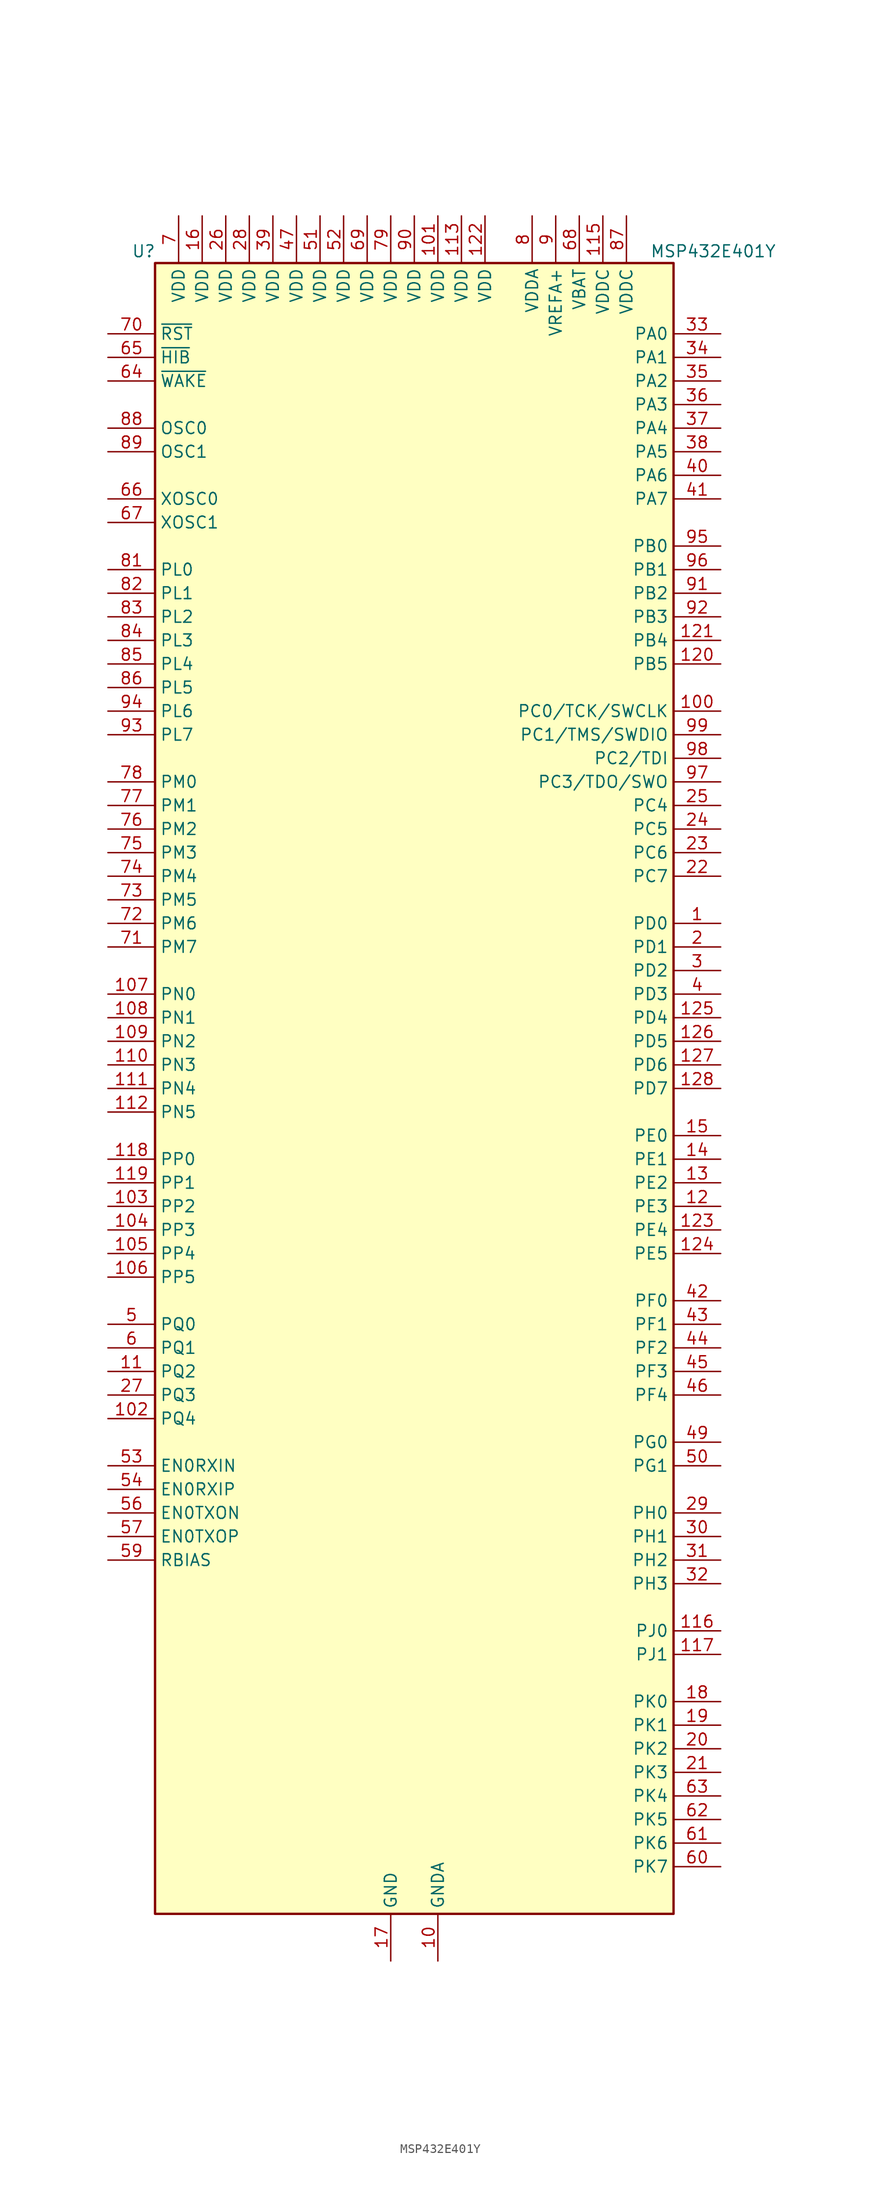
<source format=kicad_sym>
(kicad_symbol_lib
  (version 20241209)
  (generator "kicad_symbol_editor")
  (generator_version "9.0")
  (symbol "MSP432E401Y"
    (property "Reference" "U"
      (at -30.48 90.17 0)
      (effects (font (size 1.27 1.27)) (justify left)))
    (property "Value" "MSP432E401Y"
      (at 25.4 90.17 0)
      (effects (font (size 1.27 1.27)) (justify left)))
    (symbol "MSP432E401Y_1_1"
      (rectangle (start -27.94 -88.9) (end 27.94 88.9) (stroke (width 0.254) (type default)) (fill (type background)))
      (pin input line (at -33.02 81.28 0) (length 5.08) (name "~{RST}" (effects (font (size 1.27 1.27)))) (number "70" (effects (font (size 1.27 1.27)))))
      (pin output line (at -33.02 78.74 0) (length 5.08) (name "~{HIB}" (effects (font (size 1.27 1.27)))) (number "65" (effects (font (size 1.27 1.27)))))
      (pin input line (at -33.02 76.2 0) (length 5.08) (name "~{WAKE}" (effects (font (size 1.27 1.27)))) (number "64" (effects (font (size 1.27 1.27)))))
      (pin input line (at -33.02 71.12 0) (length 5.08) (name "OSC0" (effects (font (size 1.27 1.27)))) (number "88" (effects (font (size 1.27 1.27)))))
      (pin output line (at -33.02 68.58 0) (length 5.08) (name "OSC1" (effects (font (size 1.27 1.27)))) (number "89" (effects (font (size 1.27 1.27)))))
      (pin input line (at -33.02 63.5 0) (length 5.08) (name "XOSC0" (effects (font (size 1.27 1.27)))) (number "66" (effects (font (size 1.27 1.27)))))
      (pin output line (at -33.02 60.96 0) (length 5.08) (name "XOSC1" (effects (font (size 1.27 1.27)))) (number "67" (effects (font (size 1.27 1.27)))))
      (pin bidirectional line (at -33.02 55.88 0) (length 5.08) (name "PL0" (effects (font (size 1.27 1.27)))) (number "81" (effects (font (size 1.27 1.27)))))
      (pin bidirectional line (at -33.02 53.34 0) (length 5.08) (name "PL1" (effects (font (size 1.27 1.27)))) (number "82" (effects (font (size 1.27 1.27)))))
      (pin bidirectional line (at -33.02 50.8 0) (length 5.08) (name "PL2" (effects (font (size 1.27 1.27)))) (number "83" (effects (font (size 1.27 1.27)))))
      (pin bidirectional line (at -33.02 48.26 0) (length 5.08) (name "PL3" (effects (font (size 1.27 1.27)))) (number "84" (effects (font (size 1.27 1.27)))))
      (pin bidirectional line (at -33.02 45.72 0) (length 5.08) (name "PL4" (effects (font (size 1.27 1.27)))) (number "85" (effects (font (size 1.27 1.27)))))
      (pin bidirectional line (at -33.02 43.18 0) (length 5.08) (name "PL5" (effects (font (size 1.27 1.27)))) (number "86" (effects (font (size 1.27 1.27)))))
      (pin bidirectional line (at -33.02 40.64 0) (length 5.08) (name "PL6" (effects (font (size 1.27 1.27)))) (number "94" (effects (font (size 1.27 1.27)))))
      (pin bidirectional line (at -33.02 38.1 0) (length 5.08) (name "PL7" (effects (font (size 1.27 1.27)))) (number "93" (effects (font (size 1.27 1.27)))))
      (pin bidirectional line (at -33.02 33.02 0) (length 5.08) (name "PM0" (effects (font (size 1.27 1.27)))) (number "78" (effects (font (size 1.27 1.27)))))
      (pin bidirectional line (at -33.02 30.48 0) (length 5.08) (name "PM1" (effects (font (size 1.27 1.27)))) (number "77" (effects (font (size 1.27 1.27)))))
      (pin bidirectional line (at -33.02 27.94 0) (length 5.08) (name "PM2" (effects (font (size 1.27 1.27)))) (number "76" (effects (font (size 1.27 1.27)))))
      (pin bidirectional line (at -33.02 25.4 0) (length 5.08) (name "PM3" (effects (font (size 1.27 1.27)))) (number "75" (effects (font (size 1.27 1.27)))))
      (pin bidirectional line (at -33.02 22.86 0) (length 5.08) (name "PM4" (effects (font (size 1.27 1.27)))) (number "74" (effects (font (size 1.27 1.27)))))
      (pin bidirectional line (at -33.02 20.32 0) (length 5.08) (name "PM5" (effects (font (size 1.27 1.27)))) (number "73" (effects (font (size 1.27 1.27)))))
      (pin bidirectional line (at -33.02 17.78 0) (length 5.08) (name "PM6" (effects (font (size 1.27 1.27)))) (number "72" (effects (font (size 1.27 1.27)))))
      (pin bidirectional line (at -33.02 15.24 0) (length 5.08) (name "PM7" (effects (font (size 1.27 1.27)))) (number "71" (effects (font (size 1.27 1.27)))))
      (pin bidirectional line (at -33.02 10.16 0) (length 5.08) (name "PN0" (effects (font (size 1.27 1.27)))) (number "107" (effects (font (size 1.27 1.27)))))
      (pin bidirectional line (at -33.02 7.62 0) (length 5.08) (name "PN1" (effects (font (size 1.27 1.27)))) (number "108" (effects (font (size 1.27 1.27)))))
      (pin bidirectional line (at -33.02 5.08 0) (length 5.08) (name "PN2" (effects (font (size 1.27 1.27)))) (number "109" (effects (font (size 1.27 1.27)))))
      (pin bidirectional line (at -33.02 2.54 0) (length 5.08) (name "PN3" (effects (font (size 1.27 1.27)))) (number "110" (effects (font (size 1.27 1.27)))))
      (pin bidirectional line (at -33.02 0 0) (length 5.08) (name "PN4" (effects (font (size 1.27 1.27)))) (number "111" (effects (font (size 1.27 1.27)))))
      (pin bidirectional line (at -33.02 -2.54 0) (length 5.08) (name "PN5" (effects (font (size 1.27 1.27)))) (number "112" (effects (font (size 1.27 1.27)))))
      (pin bidirectional line (at -33.02 -7.62 0) (length 5.08) (name "PP0" (effects (font (size 1.27 1.27)))) (number "118" (effects (font (size 1.27 1.27)))))
      (pin bidirectional line (at -33.02 -10.16 0) (length 5.08) (name "PP1" (effects (font (size 1.27 1.27)))) (number "119" (effects (font (size 1.27 1.27)))))
      (pin bidirectional line (at -33.02 -12.7 0) (length 5.08) (name "PP2" (effects (font (size 1.27 1.27)))) (number "103" (effects (font (size 1.27 1.27)))))
      (pin bidirectional line (at -33.02 -15.24 0) (length 5.08) (name "PP3" (effects (font (size 1.27 1.27)))) (number "104" (effects (font (size 1.27 1.27)))))
      (pin bidirectional line (at -33.02 -17.78 0) (length 5.08) (name "PP4" (effects (font (size 1.27 1.27)))) (number "105" (effects (font (size 1.27 1.27)))))
      (pin bidirectional line (at -33.02 -20.32 0) (length 5.08) (name "PP5" (effects (font (size 1.27 1.27)))) (number "106" (effects (font (size 1.27 1.27)))))
      (pin bidirectional line (at -33.02 -25.4 0) (length 5.08) (name "PQ0" (effects (font (size 1.27 1.27)))) (number "5" (effects (font (size 1.27 1.27)))))
      (pin bidirectional line (at -33.02 -27.94 0) (length 5.08) (name "PQ1" (effects (font (size 1.27 1.27)))) (number "6" (effects (font (size 1.27 1.27)))))
      (pin bidirectional line (at -33.02 -30.48 0) (length 5.08) (name "PQ2" (effects (font (size 1.27 1.27)))) (number "11" (effects (font (size 1.27 1.27)))))
      (pin bidirectional line (at -33.02 -33.02 0) (length 5.08) (name "PQ3" (effects (font (size 1.27 1.27)))) (number "27" (effects (font (size 1.27 1.27)))))
      (pin bidirectional line (at -33.02 -35.56 0) (length 5.08) (name "PQ4" (effects (font (size 1.27 1.27)))) (number "102" (effects (font (size 1.27 1.27)))))
      (pin bidirectional line (at -33.02 -40.64 0) (length 5.08) (name "EN0RXIN" (effects (font (size 1.27 1.27)))) (number "53" (effects (font (size 1.27 1.27)))))
      (pin bidirectional line (at -33.02 -43.18 0) (length 5.08) (name "EN0RXIP" (effects (font (size 1.27 1.27)))) (number "54" (effects (font (size 1.27 1.27)))))
      (pin bidirectional line (at -33.02 -45.72 0) (length 5.08) (name "EN0TXON" (effects (font (size 1.27 1.27)))) (number "56" (effects (font (size 1.27 1.27)))))
      (pin bidirectional line (at -33.02 -48.26 0) (length 5.08) (name "EN0TXOP" (effects (font (size 1.27 1.27)))) (number "57" (effects (font (size 1.27 1.27)))))
      (pin passive line (at -33.02 -50.8 0) (length 5.08) (name "RBIAS" (effects (font (size 1.27 1.27)))) (number "59" (effects (font (size 1.27 1.27)))))
      (pin power_in line (at -25.4 93.98 270) (length 5.08) (name "VDD" (effects (font (size 1.27 1.27)))) (number "7" (effects (font (size 1.27 1.27)))))
      (pin power_in line (at -22.86 93.98 270) (length 5.08) (name "VDD" (effects (font (size 1.27 1.27)))) (number "16" (effects (font (size 1.27 1.27)))))
      (pin power_in line (at -20.32 93.98 270) (length 5.08) (name "VDD" (effects (font (size 1.27 1.27)))) (number "26" (effects (font (size 1.27 1.27)))))
      (pin power_in line (at -17.78 93.98 270) (length 5.08) (name "VDD" (effects (font (size 1.27 1.27)))) (number "28" (effects (font (size 1.27 1.27)))))
      (pin power_in line (at -15.24 93.98 270) (length 5.08) (name "VDD" (effects (font (size 1.27 1.27)))) (number "39" (effects (font (size 1.27 1.27)))))
      (pin power_in line (at -12.7 93.98 270) (length 5.08) (name "VDD" (effects (font (size 1.27 1.27)))) (number "47" (effects (font (size 1.27 1.27)))))
      (pin power_in line (at -10.16 93.98 270) (length 5.08) (name "VDD" (effects (font (size 1.27 1.27)))) (number "51" (effects (font (size 1.27 1.27)))))
      (pin power_in line (at -7.62 93.98 270) (length 5.08) (name "VDD" (effects (font (size 1.27 1.27)))) (number "52" (effects (font (size 1.27 1.27)))))
      (pin power_in line (at -5.08 93.98 270) (length 5.08) (name "VDD" (effects (font (size 1.27 1.27)))) (number "69" (effects (font (size 1.27 1.27)))))
      (pin power_in line (at -2.54 93.98 270) (length 5.08) (name "VDD" (effects (font (size 1.27 1.27)))) (number "79" (effects (font (size 1.27 1.27)))))
      (pin passive line (at -2.54 -93.98 90) (length 5.08) (hide yes) (name "GND" (effects (font (size 1.27 1.27)))) (number "114" (effects (font (size 1.27 1.27)))))
      (pin power_in line (at -2.54 -93.98 90) (length 5.08) (name "GND" (effects (font (size 1.27 1.27)))) (number "17" (effects (font (size 1.27 1.27)))))
      (pin passive line (at -2.54 -93.98 90) (length 5.08) (hide yes) (name "GND" (effects (font (size 1.27 1.27)))) (number "48" (effects (font (size 1.27 1.27)))))
      (pin passive line (at -2.54 -93.98 90) (length 5.08) (hide yes) (name "GND" (effects (font (size 1.27 1.27)))) (number "55" (effects (font (size 1.27 1.27)))))
      (pin passive line (at -2.54 -93.98 90) (length 5.08) (hide yes) (name "GND" (effects (font (size 1.27 1.27)))) (number "58" (effects (font (size 1.27 1.27)))))
      (pin passive line (at -2.54 -93.98 90) (length 5.08) (hide yes) (name "GND" (effects (font (size 1.27 1.27)))) (number "80" (effects (font (size 1.27 1.27)))))
      (pin power_in line (at 0 93.98 270) (length 5.08) (name "VDD" (effects (font (size 1.27 1.27)))) (number "90" (effects (font (size 1.27 1.27)))))
      (pin power_in line (at 2.54 93.98 270) (length 5.08) (name "VDD" (effects (font (size 1.27 1.27)))) (number "101" (effects (font (size 1.27 1.27)))))
      (pin power_in line (at 2.54 -93.98 90) (length 5.08) (name "GNDA" (effects (font (size 1.27 1.27)))) (number "10" (effects (font (size 1.27 1.27)))))
      (pin power_in line (at 5.08 93.98 270) (length 5.08) (name "VDD" (effects (font (size 1.27 1.27)))) (number "113" (effects (font (size 1.27 1.27)))))
      (pin power_in line (at 7.62 93.98 270) (length 5.08) (name "VDD" (effects (font (size 1.27 1.27)))) (number "122" (effects (font (size 1.27 1.27)))))
      (pin power_in line (at 12.7 93.98 270) (length 5.08) (name "VDDA" (effects (font (size 1.27 1.27)))) (number "8" (effects (font (size 1.27 1.27)))))
      (pin power_in line (at 15.24 93.98 270) (length 5.08) (name "VREFA+" (effects (font (size 1.27 1.27)))) (number "9" (effects (font (size 1.27 1.27)))))
      (pin power_in line (at 17.78 93.98 270) (length 5.08) (name "VBAT" (effects (font (size 1.27 1.27)))) (number "68" (effects (font (size 1.27 1.27)))))
      (pin power_in line (at 20.32 93.98 270) (length 5.08) (name "VDDC" (effects (font (size 1.27 1.27)))) (number "115" (effects (font (size 1.27 1.27)))))
      (pin power_in line (at 22.86 93.98 270) (length 5.08) (name "VDDC" (effects (font (size 1.27 1.27)))) (number "87" (effects (font (size 1.27 1.27)))))
      (pin bidirectional line (at 33.02 81.28 180) (length 5.08) (name "PA0" (effects (font (size 1.27 1.27)))) (number "33" (effects (font (size 1.27 1.27)))))
      (pin bidirectional line (at 33.02 78.74 180) (length 5.08) (name "PA1" (effects (font (size 1.27 1.27)))) (number "34" (effects (font (size 1.27 1.27)))))
      (pin bidirectional line (at 33.02 76.2 180) (length 5.08) (name "PA2" (effects (font (size 1.27 1.27)))) (number "35" (effects (font (size 1.27 1.27)))))
      (pin bidirectional line (at 33.02 73.66 180) (length 5.08) (name "PA3" (effects (font (size 1.27 1.27)))) (number "36" (effects (font (size 1.27 1.27)))))
      (pin bidirectional line (at 33.02 71.12 180) (length 5.08) (name "PA4" (effects (font (size 1.27 1.27)))) (number "37" (effects (font (size 1.27 1.27)))))
      (pin bidirectional line (at 33.02 68.58 180) (length 5.08) (name "PA5" (effects (font (size 1.27 1.27)))) (number "38" (effects (font (size 1.27 1.27)))))
      (pin bidirectional line (at 33.02 66.04 180) (length 5.08) (name "PA6" (effects (font (size 1.27 1.27)))) (number "40" (effects (font (size 1.27 1.27)))))
      (pin bidirectional line (at 33.02 63.5 180) (length 5.08) (name "PA7" (effects (font (size 1.27 1.27)))) (number "41" (effects (font (size 1.27 1.27)))))
      (pin bidirectional line (at 33.02 58.42 180) (length 5.08) (name "PB0" (effects (font (size 1.27 1.27)))) (number "95" (effects (font (size 1.27 1.27)))))
      (pin bidirectional line (at 33.02 55.88 180) (length 5.08) (name "PB1" (effects (font (size 1.27 1.27)))) (number "96" (effects (font (size 1.27 1.27)))))
      (pin bidirectional line (at 33.02 53.34 180) (length 5.08) (name "PB2" (effects (font (size 1.27 1.27)))) (number "91" (effects (font (size 1.27 1.27)))))
      (pin bidirectional line (at 33.02 50.8 180) (length 5.08) (name "PB3" (effects (font (size 1.27 1.27)))) (number "92" (effects (font (size 1.27 1.27)))))
      (pin bidirectional line (at 33.02 48.26 180) (length 5.08) (name "PB4" (effects (font (size 1.27 1.27)))) (number "121" (effects (font (size 1.27 1.27)))))
      (pin bidirectional line (at 33.02 45.72 180) (length 5.08) (name "PB5" (effects (font (size 1.27 1.27)))) (number "120" (effects (font (size 1.27 1.27)))))
      (pin bidirectional line (at 33.02 40.64 180) (length 5.08) (name "PC0/TCK/SWCLK" (effects (font (size 1.27 1.27)))) (number "100" (effects (font (size 1.27 1.27)))))
      (pin bidirectional line (at 33.02 38.1 180) (length 5.08) (name "PC1/TMS/SWDIO" (effects (font (size 1.27 1.27)))) (number "99" (effects (font (size 1.27 1.27)))))
      (pin bidirectional line (at 33.02 35.56 180) (length 5.08) (name "PC2/TDI" (effects (font (size 1.27 1.27)))) (number "98" (effects (font (size 1.27 1.27)))))
      (pin bidirectional line (at 33.02 33.02 180) (length 5.08) (name "PC3/TDO/SWO" (effects (font (size 1.27 1.27)))) (number "97" (effects (font (size 1.27 1.27)))))
      (pin bidirectional line (at 33.02 30.48 180) (length 5.08) (name "PC4" (effects (font (size 1.27 1.27)))) (number "25" (effects (font (size 1.27 1.27)))))
      (pin bidirectional line (at 33.02 27.94 180) (length 5.08) (name "PC5" (effects (font (size 1.27 1.27)))) (number "24" (effects (font (size 1.27 1.27)))))
      (pin bidirectional line (at 33.02 25.4 180) (length 5.08) (name "PC6" (effects (font (size 1.27 1.27)))) (number "23" (effects (font (size 1.27 1.27)))))
      (pin bidirectional line (at 33.02 22.86 180) (length 5.08) (name "PC7" (effects (font (size 1.27 1.27)))) (number "22" (effects (font (size 1.27 1.27)))))
      (pin bidirectional line (at 33.02 17.78 180) (length 5.08) (name "PD0" (effects (font (size 1.27 1.27)))) (number "1" (effects (font (size 1.27 1.27)))))
      (pin bidirectional line (at 33.02 15.24 180) (length 5.08) (name "PD1" (effects (font (size 1.27 1.27)))) (number "2" (effects (font (size 1.27 1.27)))))
      (pin bidirectional line (at 33.02 12.7 180) (length 5.08) (name "PD2" (effects (font (size 1.27 1.27)))) (number "3" (effects (font (size 1.27 1.27)))))
      (pin bidirectional line (at 33.02 10.16 180) (length 5.08) (name "PD3" (effects (font (size 1.27 1.27)))) (number "4" (effects (font (size 1.27 1.27)))))
      (pin bidirectional line (at 33.02 7.62 180) (length 5.08) (name "PD4" (effects (font (size 1.27 1.27)))) (number "125" (effects (font (size 1.27 1.27)))))
      (pin bidirectional line (at 33.02 5.08 180) (length 5.08) (name "PD5" (effects (font (size 1.27 1.27)))) (number "126" (effects (font (size 1.27 1.27)))))
      (pin bidirectional line (at 33.02 2.54 180) (length 5.08) (name "PD6" (effects (font (size 1.27 1.27)))) (number "127" (effects (font (size 1.27 1.27)))))
      (pin bidirectional line (at 33.02 0 180) (length 5.08) (name "PD7" (effects (font (size 1.27 1.27)))) (number "128" (effects (font (size 1.27 1.27)))))
      (pin bidirectional line (at 33.02 -5.08 180) (length 5.08) (name "PE0" (effects (font (size 1.27 1.27)))) (number "15" (effects (font (size 1.27 1.27)))))
      (pin bidirectional line (at 33.02 -7.62 180) (length 5.08) (name "PE1" (effects (font (size 1.27 1.27)))) (number "14" (effects (font (size 1.27 1.27)))))
      (pin bidirectional line (at 33.02 -10.16 180) (length 5.08) (name "PE2" (effects (font (size 1.27 1.27)))) (number "13" (effects (font (size 1.27 1.27)))))
      (pin bidirectional line (at 33.02 -12.7 180) (length 5.08) (name "PE3" (effects (font (size 1.27 1.27)))) (number "12" (effects (font (size 1.27 1.27)))))
      (pin bidirectional line (at 33.02 -15.24 180) (length 5.08) (name "PE4" (effects (font (size 1.27 1.27)))) (number "123" (effects (font (size 1.27 1.27)))))
      (pin bidirectional line (at 33.02 -17.78 180) (length 5.08) (name "PE5" (effects (font (size 1.27 1.27)))) (number "124" (effects (font (size 1.27 1.27)))))
      (pin bidirectional line (at 33.02 -22.86 180) (length 5.08) (name "PF0" (effects (font (size 1.27 1.27)))) (number "42" (effects (font (size 1.27 1.27)))))
      (pin bidirectional line (at 33.02 -25.4 180) (length 5.08) (name "PF1" (effects (font (size 1.27 1.27)))) (number "43" (effects (font (size 1.27 1.27)))))
      (pin bidirectional line (at 33.02 -27.94 180) (length 5.08) (name "PF2" (effects (font (size 1.27 1.27)))) (number "44" (effects (font (size 1.27 1.27)))))
      (pin bidirectional line (at 33.02 -30.48 180) (length 5.08) (name "PF3" (effects (font (size 1.27 1.27)))) (number "45" (effects (font (size 1.27 1.27)))))
      (pin bidirectional line (at 33.02 -33.02 180) (length 5.08) (name "PF4" (effects (font (size 1.27 1.27)))) (number "46" (effects (font (size 1.27 1.27)))))
      (pin bidirectional line (at 33.02 -38.1 180) (length 5.08) (name "PG0" (effects (font (size 1.27 1.27)))) (number "49" (effects (font (size 1.27 1.27)))))
      (pin bidirectional line (at 33.02 -40.64 180) (length 5.08) (name "PG1" (effects (font (size 1.27 1.27)))) (number "50" (effects (font (size 1.27 1.27)))))
      (pin bidirectional line (at 33.02 -45.72 180) (length 5.08) (name "PH0" (effects (font (size 1.27 1.27)))) (number "29" (effects (font (size 1.27 1.27)))))
      (pin bidirectional line (at 33.02 -48.26 180) (length 5.08) (name "PH1" (effects (font (size 1.27 1.27)))) (number "30" (effects (font (size 1.27 1.27)))))
      (pin bidirectional line (at 33.02 -50.8 180) (length 5.08) (name "PH2" (effects (font (size 1.27 1.27)))) (number "31" (effects (font (size 1.27 1.27)))))
      (pin bidirectional line (at 33.02 -53.34 180) (length 5.08) (name "PH3" (effects (font (size 1.27 1.27)))) (number "32" (effects (font (size 1.27 1.27)))))
      (pin bidirectional line (at 33.02 -58.42 180) (length 5.08) (name "PJ0" (effects (font (size 1.27 1.27)))) (number "116" (effects (font (size 1.27 1.27)))))
      (pin bidirectional line (at 33.02 -60.96 180) (length 5.08) (name "PJ1" (effects (font (size 1.27 1.27)))) (number "117" (effects (font (size 1.27 1.27)))))
      (pin bidirectional line (at 33.02 -66.04 180) (length 5.08) (name "PK0" (effects (font (size 1.27 1.27)))) (number "18" (effects (font (size 1.27 1.27)))))
      (pin bidirectional line (at 33.02 -68.58 180) (length 5.08) (name "PK1" (effects (font (size 1.27 1.27)))) (number "19" (effects (font (size 1.27 1.27)))))
      (pin bidirectional line (at 33.02 -71.12 180) (length 5.08) (name "PK2" (effects (font (size 1.27 1.27)))) (number "20" (effects (font (size 1.27 1.27)))))
      (pin bidirectional line (at 33.02 -73.66 180) (length 5.08) (name "PK3" (effects (font (size 1.27 1.27)))) (number "21" (effects (font (size 1.27 1.27)))))
      (pin bidirectional line (at 33.02 -76.2 180) (length 5.08) (name "PK4" (effects (font (size 1.27 1.27)))) (number "63" (effects (font (size 1.27 1.27)))))
      (pin bidirectional line (at 33.02 -78.74 180) (length 5.08) (name "PK5" (effects (font (size 1.27 1.27)))) (number "62" (effects (font (size 1.27 1.27)))))
      (pin bidirectional line (at 33.02 -81.28 180) (length 5.08) (name "PK6" (effects (font (size 1.27 1.27)))) (number "61" (effects (font (size 1.27 1.27)))))
      (pin bidirectional line (at 33.02 -83.82 180) (length 5.08) (name "PK7" (effects (font (size 1.27 1.27)))) (number "60" (effects (font (size 1.27 1.27))))))))
</source>
